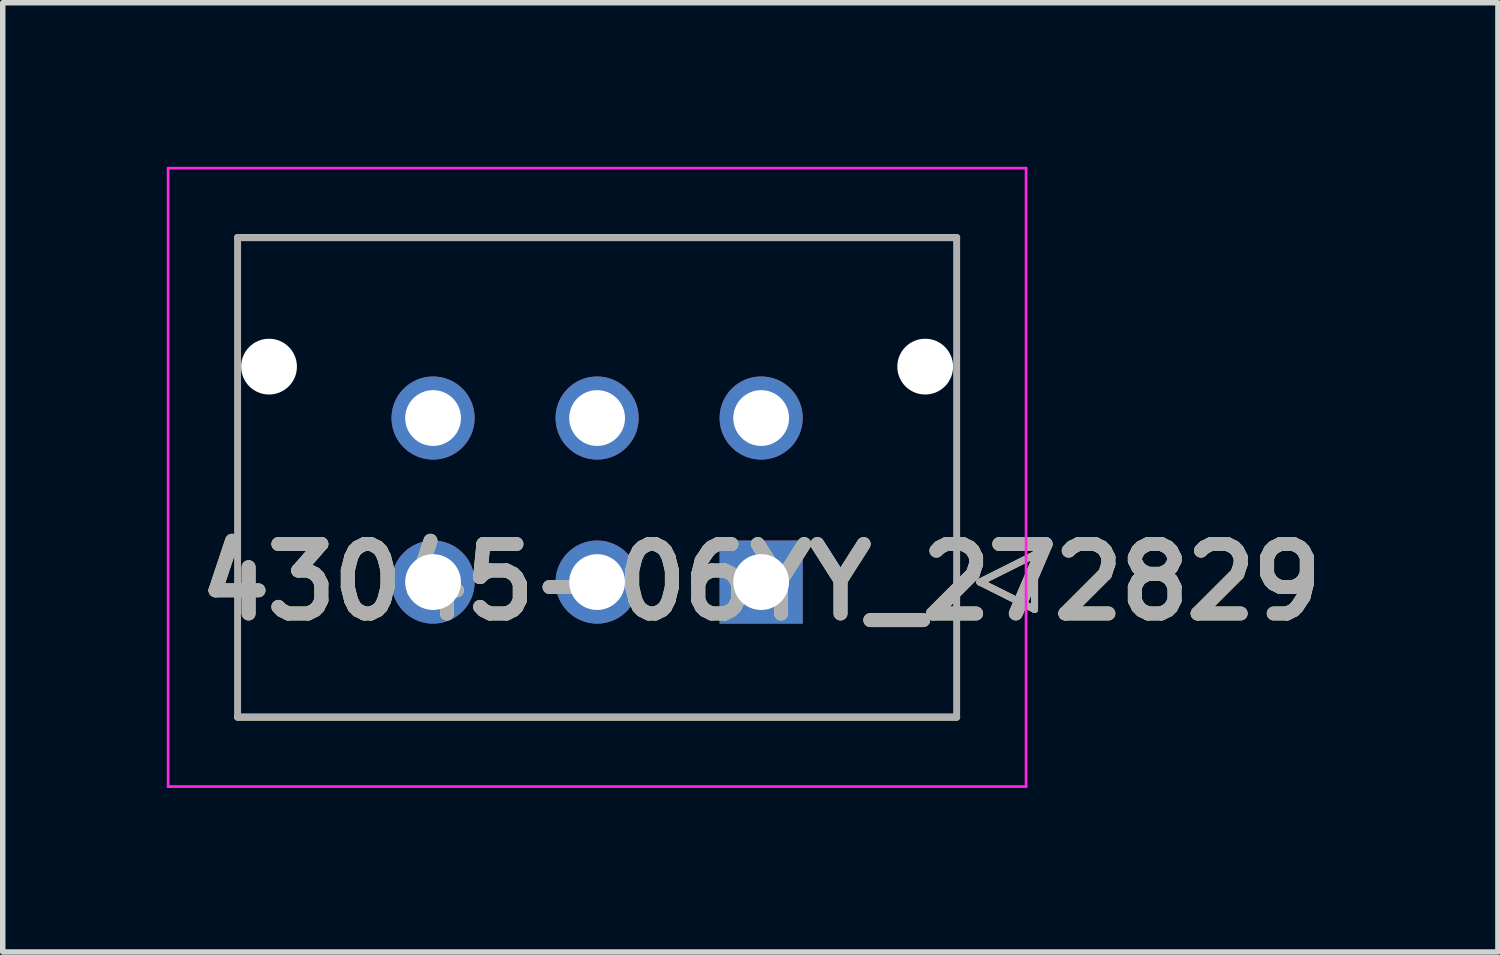
<source format=kicad_pcb>
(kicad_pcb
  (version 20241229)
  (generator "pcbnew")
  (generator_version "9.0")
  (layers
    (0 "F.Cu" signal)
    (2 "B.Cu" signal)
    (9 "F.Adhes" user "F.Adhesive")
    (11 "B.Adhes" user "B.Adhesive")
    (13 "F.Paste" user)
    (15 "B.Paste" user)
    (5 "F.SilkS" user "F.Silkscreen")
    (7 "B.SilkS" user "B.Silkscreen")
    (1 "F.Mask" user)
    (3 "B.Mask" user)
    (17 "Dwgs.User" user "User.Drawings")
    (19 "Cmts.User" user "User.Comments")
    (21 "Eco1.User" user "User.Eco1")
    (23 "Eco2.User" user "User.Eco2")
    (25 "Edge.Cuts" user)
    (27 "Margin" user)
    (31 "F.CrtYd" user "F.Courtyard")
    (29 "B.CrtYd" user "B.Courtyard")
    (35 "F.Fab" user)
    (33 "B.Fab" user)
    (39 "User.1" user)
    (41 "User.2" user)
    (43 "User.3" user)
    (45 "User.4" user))
  (footprint "43045-06YY_272829"
    (layer "F.Cu")
    (at 10.87 7.595)
    (property "Reference" "43045-06YY_272829" (at 0 0 0) (layer "F.SilkS") (effects (font (size 1.27 1.27) (thickness 0.254))))
    (attr through_hole)
    (fp_line (start -9.575 -6.3) (end 3.575 -6.3) (stroke (width 0.127) (type solid)) (layer "F.SilkS"))
    (fp_line (start 3.575 2.47) (end -9.575 2.47) (stroke (width 0.127) (type solid)) (layer "F.SilkS"))
    (fp_line (start 4 0) (end 5 -0.5) (stroke (width 0.127) (type solid)) (layer "F.SilkS"))
    (fp_line (start 5 -0.5) (end 5 0.5) (stroke (width 0.127) (type solid)) (layer "F.SilkS"))
    (fp_line (start 5 0.5) (end 4 0) (stroke (width 0.127) (type solid)) (layer "F.SilkS"))
    (fp_line (start -10.845 -7.57) (end 4.845 -7.57) (stroke (width 0.05) (type solid)) (layer "F.CrtYd"))
    (fp_line (start -10.845 3.74) (end -10.845 -7.57) (stroke (width 0.05) (type solid)) (layer "F.CrtYd"))
    (fp_line (start 4.845 -7.57) (end 4.845 3.74) (stroke (width 0.05) (type solid)) (layer "F.CrtYd"))
    (fp_line (start 4.845 3.74) (end -10.845 3.74) (stroke (width 0.05) (type solid)) (layer "F.CrtYd"))
    (fp_line (start -9.575 -6.3) (end 3.575 -6.3) (stroke (width 0.127) (type solid)) (layer "F.Fab"))
    (fp_line (start -9.575 2.47) (end -9.575 -6.3) (stroke (width 0.127) (type solid)) (layer "F.Fab"))
    (fp_line (start 3.575 -6.3) (end 3.575 2.47) (stroke (width 0.127) (type solid)) (layer "F.Fab"))
    (fp_line (start 3.575 2.47) (end -9.575 2.47) (stroke (width 0.127) (type solid)) (layer "F.Fab"))
    (fp_line (start 4 0) (end 5 -0.5) (stroke (width 0.127) (type solid)) (layer "F.Fab"))
    (fp_line (start 5 -0.5) (end 5 0.5) (stroke (width 0.127) (type solid)) (layer "F.Fab"))
    (fp_line (start 5 0.5) (end 4 0) (stroke (width 0.127) (type solid)) (layer "F.Fab"))
    (fp_text user "${REFERENCE}" (at 0 0 0) (layer "F.Fab") (effects (font (size 1.27 1.27) (thickness 0.254))))
    (pad "" np_thru_hole circle (at -9 -3.94) (size 1.02 1.02) (drill 1.02) (layers "*.Cu" "*.Mask"))
    (pad "" np_thru_hole circle (at 3 -3.94) (size 1.02 1.02) (drill 1.02) (layers "*.Cu" "*.Mask"))
    (pad "1" thru_hole rect (at 0 0) (size 1.52 1.52) (drill 1.02) (layers "*.Cu" "*.Mask"))
    (pad "2" thru_hole circle (at -3 0) (size 1.52 1.52) (drill 1.02) (layers "*.Cu" "*.Mask"))
    (pad "3" thru_hole circle (at -6 0) (size 1.52 1.52) (drill 1.02) (layers "*.Cu" "*.Mask"))
    (pad "4" thru_hole circle (at 0 -3) (size 1.52 1.52) (drill 1.02) (layers "*.Cu" "*.Mask"))
    (pad "5" thru_hole circle (at -3 -3) (size 1.52 1.52) (drill 1.02) (layers "*.Cu" "*.Mask"))
    (pad "6" thru_hole circle (at -6 -3) (size 1.52 1.52) (drill 1.02) (layers "*.Cu" "*.Mask")))
  (gr_rect
    (start -3 -3)
    (end 24.344 14.36)
    (stroke (width 0.1) (type default))
    (fill no)
    (layer "Edge.Cuts")))
</source>
